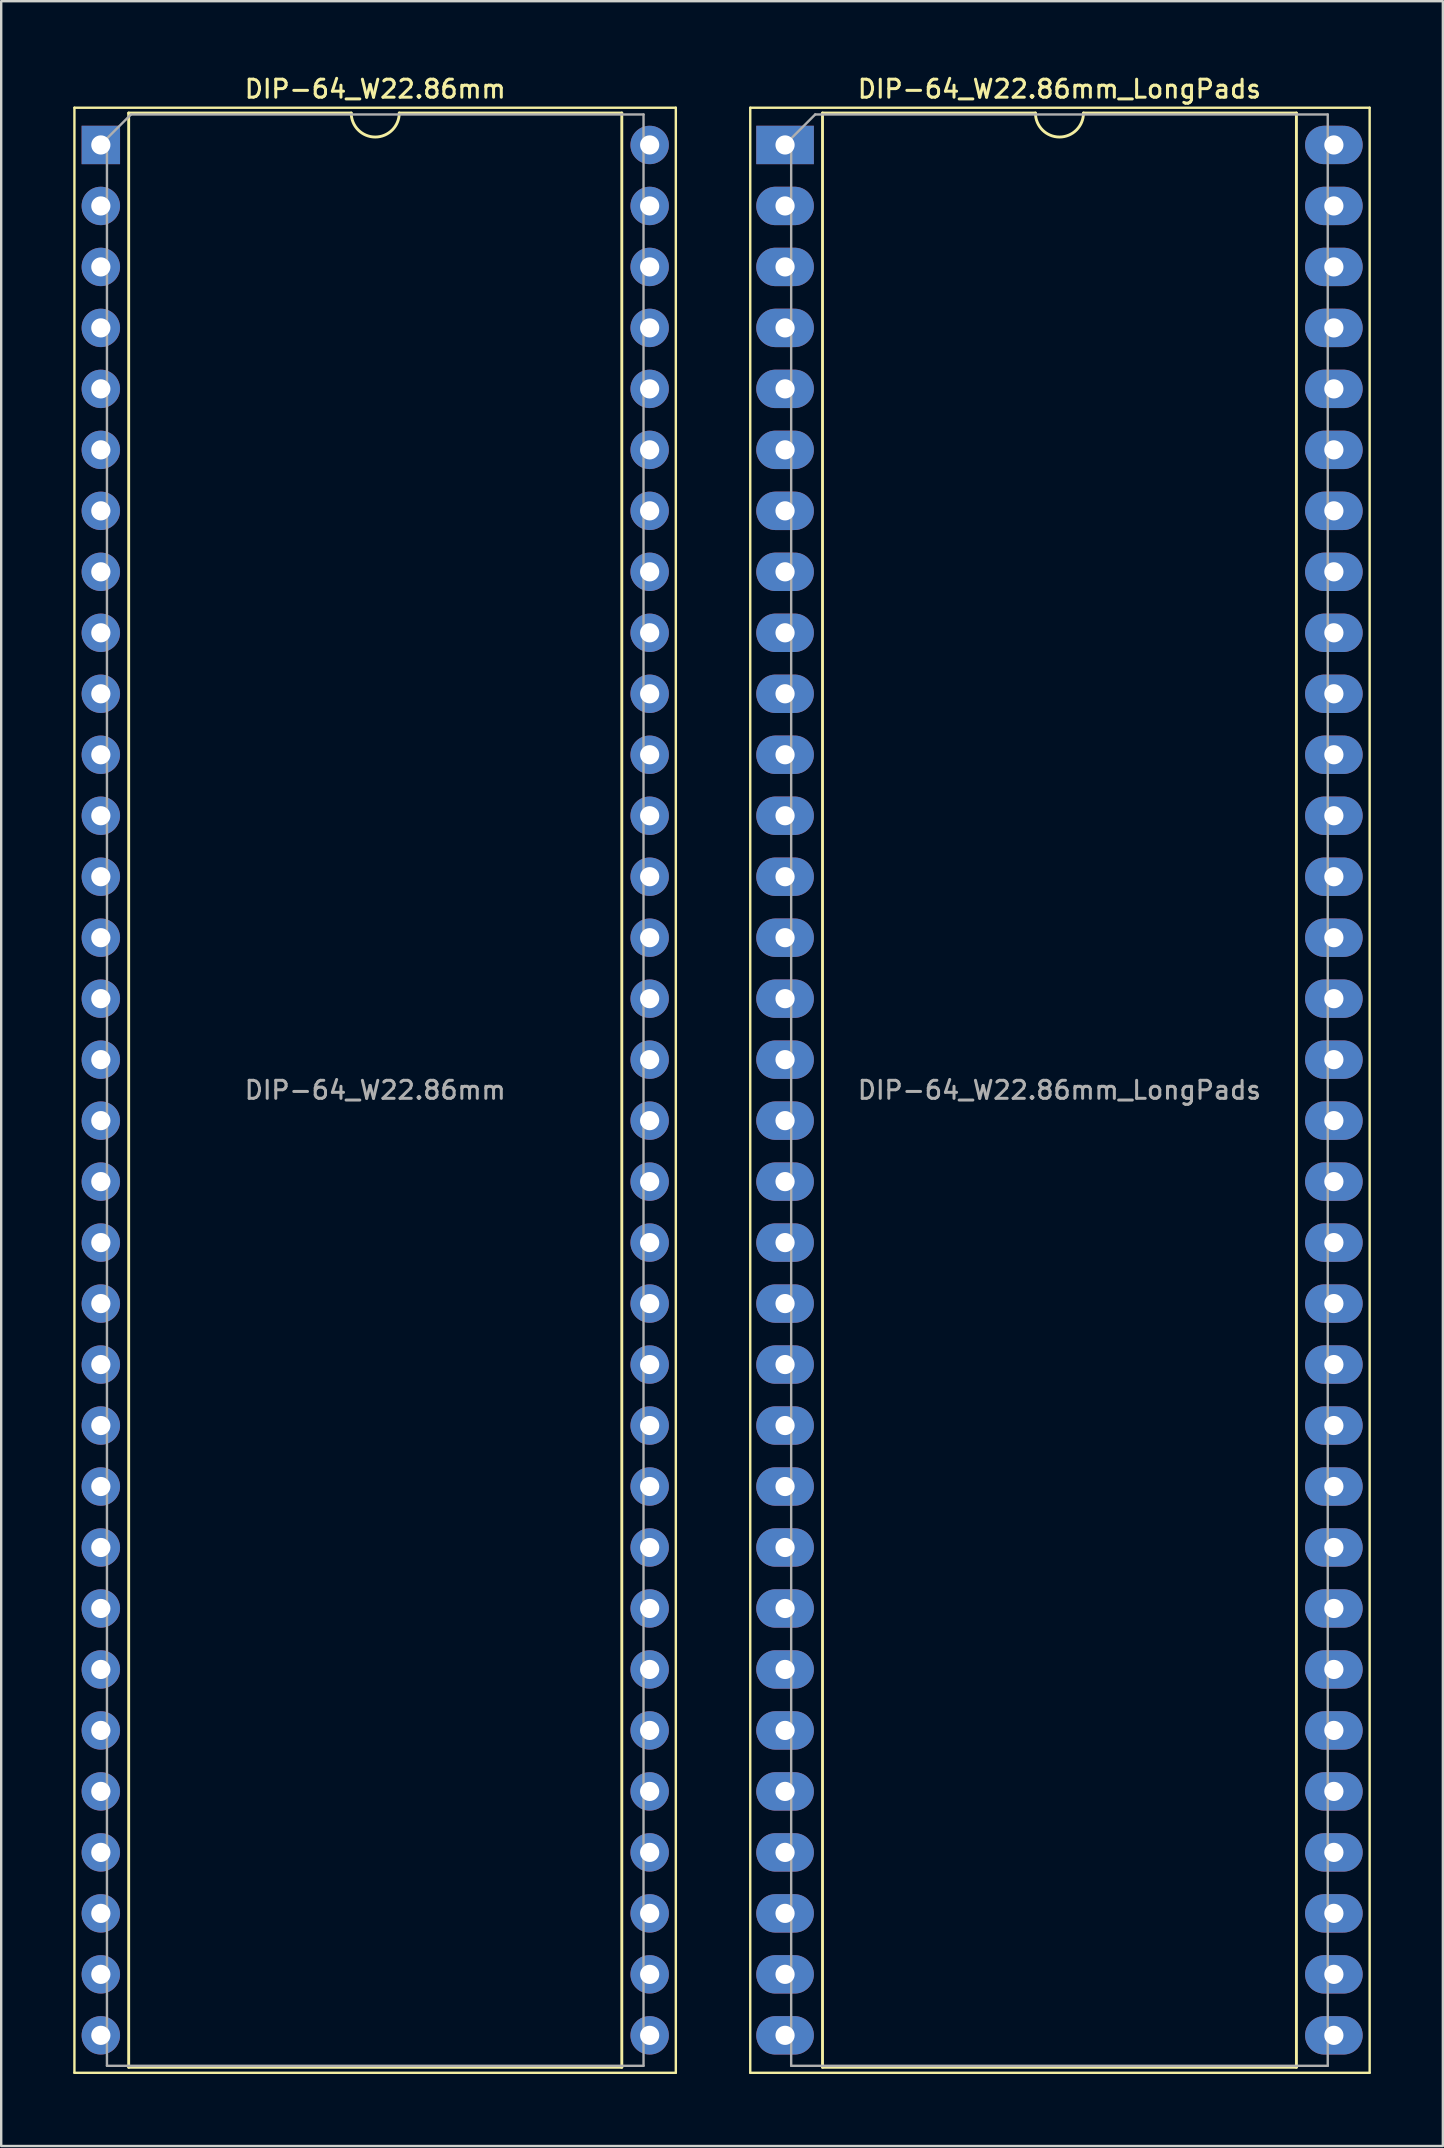
<source format=kicad_pcb>
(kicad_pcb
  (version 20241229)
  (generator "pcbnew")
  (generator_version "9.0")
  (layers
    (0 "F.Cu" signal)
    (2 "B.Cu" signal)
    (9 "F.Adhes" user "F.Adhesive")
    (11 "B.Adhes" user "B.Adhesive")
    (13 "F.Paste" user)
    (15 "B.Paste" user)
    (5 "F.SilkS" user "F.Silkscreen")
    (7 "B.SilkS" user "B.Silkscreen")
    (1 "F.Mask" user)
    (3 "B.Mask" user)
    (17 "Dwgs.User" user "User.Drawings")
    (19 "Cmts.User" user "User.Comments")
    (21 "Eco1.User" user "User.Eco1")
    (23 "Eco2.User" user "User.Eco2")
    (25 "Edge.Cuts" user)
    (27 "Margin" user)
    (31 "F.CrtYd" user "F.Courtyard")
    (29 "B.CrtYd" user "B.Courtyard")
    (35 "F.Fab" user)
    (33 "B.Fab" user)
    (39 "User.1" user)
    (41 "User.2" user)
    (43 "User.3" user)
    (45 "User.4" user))
  (footprint "DIP-64_W22.86mm"
    (layer "F.Cu")
    (at 1.15 2.988)
    (property "Reference" "DIP-64_W22.86mm" (at 11.43 -2.33 0) (layer "F.SilkS") (effects (font (size 0.75 0.75) (thickness 0.125))))
    (attr through_hole)
    (fp_line (start -1.1 -1.55) (end -1.1 80.3) (stroke (width 0.1) (type solid)) (layer "F.SilkS"))
    (fp_line (start -1.1 80.3) (end 23.95 80.3) (stroke (width 0.1) (type solid)) (layer "F.SilkS"))
    (fp_line (start 1.16 -1.33) (end 1.16 80.07) (stroke (width 0.12) (type solid)) (layer "F.SilkS"))
    (fp_line (start 1.16 80.07) (end 21.7 80.07) (stroke (width 0.12) (type solid)) (layer "F.SilkS"))
    (fp_line (start 10.43 -1.33) (end 1.16 -1.33) (stroke (width 0.12) (type solid)) (layer "F.SilkS"))
    (fp_line (start 21.7 -1.33) (end 12.43 -1.33) (stroke (width 0.12) (type solid)) (layer "F.SilkS"))
    (fp_line (start 21.7 80.07) (end 21.7 -1.33) (stroke (width 0.12) (type solid)) (layer "F.SilkS"))
    (fp_line (start 23.95 -1.55) (end -1.1 -1.55) (stroke (width 0.1) (type solid)) (layer "F.SilkS"))
    (fp_line (start 23.95 80.3) (end 23.95 -1.55) (stroke (width 0.1) (type solid)) (layer "F.SilkS"))
    (fp_arc (start 12.43 -1.33) (mid 11.43 -0.33) (end 10.43 -1.33) (stroke (width 0.12) (type solid)) (layer "F.SilkS"))
    (fp_line (start 0.255 -0.27) (end 1.255 -1.27) (stroke (width 0.1) (type solid)) (layer "F.Fab"))
    (fp_line (start 0.255 80.01) (end 0.255 -0.27) (stroke (width 0.1) (type solid)) (layer "F.Fab"))
    (fp_line (start 1.255 -1.27) (end 22.605 -1.27) (stroke (width 0.1) (type solid)) (layer "F.Fab"))
    (fp_line (start 22.605 -1.27) (end 22.605 80.01) (stroke (width 0.1) (type solid)) (layer "F.Fab"))
    (fp_line (start 22.605 80.01) (end 0.255 80.01) (stroke (width 0.1) (type solid)) (layer "F.Fab"))
    (fp_text user "${REFERENCE}" (at 11.43 39.37 0) (layer "F.Fab") (effects (font (size 0.75 0.75) (thickness 0.125))))
    (pad "1" thru_hole rect (at 0 0) (size 1.6 1.6) (drill 0.8) (layers "*.Cu" "*.Mask"))
    (pad "2" thru_hole oval (at 0 2.54) (size 1.6 1.6) (drill 0.8) (layers "*.Cu" "*.Mask"))
    (pad "3" thru_hole oval (at 0 5.08) (size 1.6 1.6) (drill 0.8) (layers "*.Cu" "*.Mask"))
    (pad "4" thru_hole oval (at 0 7.62) (size 1.6 1.6) (drill 0.8) (layers "*.Cu" "*.Mask"))
    (pad "5" thru_hole oval (at 0 10.16) (size 1.6 1.6) (drill 0.8) (layers "*.Cu" "*.Mask"))
    (pad "6" thru_hole oval (at 0 12.7) (size 1.6 1.6) (drill 0.8) (layers "*.Cu" "*.Mask"))
    (pad "7" thru_hole oval (at 0 15.24) (size 1.6 1.6) (drill 0.8) (layers "*.Cu" "*.Mask"))
    (pad "8" thru_hole oval (at 0 17.78) (size 1.6 1.6) (drill 0.8) (layers "*.Cu" "*.Mask"))
    (pad "9" thru_hole oval (at 0 20.32) (size 1.6 1.6) (drill 0.8) (layers "*.Cu" "*.Mask"))
    (pad "10" thru_hole oval (at 0 22.86) (size 1.6 1.6) (drill 0.8) (layers "*.Cu" "*.Mask"))
    (pad "11" thru_hole oval (at 0 25.4) (size 1.6 1.6) (drill 0.8) (layers "*.Cu" "*.Mask"))
    (pad "12" thru_hole oval (at 0 27.94) (size 1.6 1.6) (drill 0.8) (layers "*.Cu" "*.Mask"))
    (pad "13" thru_hole oval (at 0 30.48) (size 1.6 1.6) (drill 0.8) (layers "*.Cu" "*.Mask"))
    (pad "14" thru_hole oval (at 0 33.02) (size 1.6 1.6) (drill 0.8) (layers "*.Cu" "*.Mask"))
    (pad "15" thru_hole oval (at 0 35.56) (size 1.6 1.6) (drill 0.8) (layers "*.Cu" "*.Mask"))
    (pad "16" thru_hole oval (at 0 38.1) (size 1.6 1.6) (drill 0.8) (layers "*.Cu" "*.Mask"))
    (pad "17" thru_hole oval (at 0 40.64) (size 1.6 1.6) (drill 0.8) (layers "*.Cu" "*.Mask"))
    (pad "18" thru_hole oval (at 0 43.18) (size 1.6 1.6) (drill 0.8) (layers "*.Cu" "*.Mask"))
    (pad "19" thru_hole oval (at 0 45.72) (size 1.6 1.6) (drill 0.8) (layers "*.Cu" "*.Mask"))
    (pad "20" thru_hole oval (at 0 48.26) (size 1.6 1.6) (drill 0.8) (layers "*.Cu" "*.Mask"))
    (pad "21" thru_hole oval (at 0 50.8) (size 1.6 1.6) (drill 0.8) (layers "*.Cu" "*.Mask"))
    (pad "22" thru_hole oval (at 0 53.34) (size 1.6 1.6) (drill 0.8) (layers "*.Cu" "*.Mask"))
    (pad "23" thru_hole oval (at 0 55.88) (size 1.6 1.6) (drill 0.8) (layers "*.Cu" "*.Mask"))
    (pad "24" thru_hole oval (at 0 58.42) (size 1.6 1.6) (drill 0.8) (layers "*.Cu" "*.Mask"))
    (pad "25" thru_hole oval (at 0 60.96) (size 1.6 1.6) (drill 0.8) (layers "*.Cu" "*.Mask"))
    (pad "26" thru_hole oval (at 0 63.5) (size 1.6 1.6) (drill 0.8) (layers "*.Cu" "*.Mask"))
    (pad "27" thru_hole oval (at 0 66.04) (size 1.6 1.6) (drill 0.8) (layers "*.Cu" "*.Mask"))
    (pad "28" thru_hole oval (at 0 68.58) (size 1.6 1.6) (drill 0.8) (layers "*.Cu" "*.Mask"))
    (pad "29" thru_hole oval (at 0 71.12) (size 1.6 1.6) (drill 0.8) (layers "*.Cu" "*.Mask"))
    (pad "30" thru_hole oval (at 0 73.66) (size 1.6 1.6) (drill 0.8) (layers "*.Cu" "*.Mask"))
    (pad "31" thru_hole oval (at 0 76.2) (size 1.6 1.6) (drill 0.8) (layers "*.Cu" "*.Mask"))
    (pad "32" thru_hole oval (at 0 78.74) (size 1.6 1.6) (drill 0.8) (layers "*.Cu" "*.Mask"))
    (pad "33" thru_hole oval (at 22.86 78.74) (size 1.6 1.6) (drill 0.8) (layers "*.Cu" "*.Mask"))
    (pad "34" thru_hole oval (at 22.86 76.2) (size 1.6 1.6) (drill 0.8) (layers "*.Cu" "*.Mask"))
    (pad "35" thru_hole oval (at 22.86 73.66) (size 1.6 1.6) (drill 0.8) (layers "*.Cu" "*.Mask"))
    (pad "36" thru_hole oval (at 22.86 71.12) (size 1.6 1.6) (drill 0.8) (layers "*.Cu" "*.Mask"))
    (pad "37" thru_hole oval (at 22.86 68.58) (size 1.6 1.6) (drill 0.8) (layers "*.Cu" "*.Mask"))
    (pad "38" thru_hole oval (at 22.86 66.04) (size 1.6 1.6) (drill 0.8) (layers "*.Cu" "*.Mask"))
    (pad "39" thru_hole oval (at 22.86 63.5) (size 1.6 1.6) (drill 0.8) (layers "*.Cu" "*.Mask"))
    (pad "40" thru_hole oval (at 22.86 60.96) (size 1.6 1.6) (drill 0.8) (layers "*.Cu" "*.Mask"))
    (pad "41" thru_hole oval (at 22.86 58.42) (size 1.6 1.6) (drill 0.8) (layers "*.Cu" "*.Mask"))
    (pad "42" thru_hole oval (at 22.86 55.88) (size 1.6 1.6) (drill 0.8) (layers "*.Cu" "*.Mask"))
    (pad "43" thru_hole oval (at 22.86 53.34) (size 1.6 1.6) (drill 0.8) (layers "*.Cu" "*.Mask"))
    (pad "44" thru_hole oval (at 22.86 50.8) (size 1.6 1.6) (drill 0.8) (layers "*.Cu" "*.Mask"))
    (pad "45" thru_hole oval (at 22.86 48.26) (size 1.6 1.6) (drill 0.8) (layers "*.Cu" "*.Mask"))
    (pad "46" thru_hole oval (at 22.86 45.72) (size 1.6 1.6) (drill 0.8) (layers "*.Cu" "*.Mask"))
    (pad "47" thru_hole oval (at 22.86 43.18) (size 1.6 1.6) (drill 0.8) (layers "*.Cu" "*.Mask"))
    (pad "48" thru_hole oval (at 22.86 40.64) (size 1.6 1.6) (drill 0.8) (layers "*.Cu" "*.Mask"))
    (pad "49" thru_hole oval (at 22.86 38.1) (size 1.6 1.6) (drill 0.8) (layers "*.Cu" "*.Mask"))
    (pad "50" thru_hole oval (at 22.86 35.56) (size 1.6 1.6) (drill 0.8) (layers "*.Cu" "*.Mask"))
    (pad "51" thru_hole oval (at 22.86 33.02) (size 1.6 1.6) (drill 0.8) (layers "*.Cu" "*.Mask"))
    (pad "52" thru_hole oval (at 22.86 30.48) (size 1.6 1.6) (drill 0.8) (layers "*.Cu" "*.Mask"))
    (pad "53" thru_hole oval (at 22.86 27.94) (size 1.6 1.6) (drill 0.8) (layers "*.Cu" "*.Mask"))
    (pad "54" thru_hole oval (at 22.86 25.4) (size 1.6 1.6) (drill 0.8) (layers "*.Cu" "*.Mask"))
    (pad "55" thru_hole oval (at 22.86 22.86) (size 1.6 1.6) (drill 0.8) (layers "*.Cu" "*.Mask"))
    (pad "56" thru_hole oval (at 22.86 20.32) (size 1.6 1.6) (drill 0.8) (layers "*.Cu" "*.Mask"))
    (pad "57" thru_hole oval (at 22.86 17.78) (size 1.6 1.6) (drill 0.8) (layers "*.Cu" "*.Mask"))
    (pad "58" thru_hole oval (at 22.86 15.24) (size 1.6 1.6) (drill 0.8) (layers "*.Cu" "*.Mask"))
    (pad "59" thru_hole oval (at 22.86 12.7) (size 1.6 1.6) (drill 0.8) (layers "*.Cu" "*.Mask"))
    (pad "60" thru_hole oval (at 22.86 10.16) (size 1.6 1.6) (drill 0.8) (layers "*.Cu" "*.Mask"))
    (pad "61" thru_hole oval (at 22.86 7.62) (size 1.6 1.6) (drill 0.8) (layers "*.Cu" "*.Mask"))
    (pad "62" thru_hole oval (at 22.86 5.08) (size 1.6 1.6) (drill 0.8) (layers "*.Cu" "*.Mask"))
    (pad "63" thru_hole oval (at 22.86 2.54) (size 1.6 1.6) (drill 0.8) (layers "*.Cu" "*.Mask"))
    (pad "64" thru_hole oval (at 22.86 0) (size 1.6 1.6) (drill 0.8) (layers "*.Cu" "*.Mask")))
  (footprint "DIP-64_W22.86mm_LongPads"
    (layer "F.Cu")
    (at 29.65 2.988)
    (property "Reference" "DIP-64_W22.86mm_LongPads" (at 11.43 -2.33 0) (layer "F.SilkS") (effects (font (size 0.75 0.75) (thickness 0.125))))
    (attr through_hole)
    (fp_line (start -1.45 -1.55) (end -1.45 80.3) (stroke (width 0.1) (type solid)) (layer "F.SilkS"))
    (fp_line (start -1.45 80.3) (end 24.35 80.3) (stroke (width 0.1) (type solid)) (layer "F.SilkS"))
    (fp_line (start 1.56 -1.33) (end 1.56 80.07) (stroke (width 0.12) (type solid)) (layer "F.SilkS"))
    (fp_line (start 1.56 80.07) (end 21.3 80.07) (stroke (width 0.12) (type solid)) (layer "F.SilkS"))
    (fp_line (start 10.43 -1.33) (end 1.56 -1.33) (stroke (width 0.12) (type solid)) (layer "F.SilkS"))
    (fp_line (start 21.3 -1.33) (end 12.43 -1.33) (stroke (width 0.12) (type solid)) (layer "F.SilkS"))
    (fp_line (start 21.3 80.07) (end 21.3 -1.33) (stroke (width 0.12) (type solid)) (layer "F.SilkS"))
    (fp_line (start 24.35 -1.55) (end -1.45 -1.55) (stroke (width 0.1) (type solid)) (layer "F.SilkS"))
    (fp_line (start 24.35 80.3) (end 24.35 -1.55) (stroke (width 0.1) (type solid)) (layer "F.SilkS"))
    (fp_arc (start 12.43 -1.33) (mid 11.43 -0.33) (end 10.43 -1.33) (stroke (width 0.12) (type solid)) (layer "F.SilkS"))
    (fp_line (start 0.255 -0.27) (end 1.255 -1.27) (stroke (width 0.1) (type solid)) (layer "F.Fab"))
    (fp_line (start 0.255 80.01) (end 0.255 -0.27) (stroke (width 0.1) (type solid)) (layer "F.Fab"))
    (fp_line (start 1.255 -1.27) (end 22.605 -1.27) (stroke (width 0.1) (type solid)) (layer "F.Fab"))
    (fp_line (start 22.605 -1.27) (end 22.605 80.01) (stroke (width 0.1) (type solid)) (layer "F.Fab"))
    (fp_line (start 22.605 80.01) (end 0.255 80.01) (stroke (width 0.1) (type solid)) (layer "F.Fab"))
    (fp_text user "${REFERENCE}" (at 11.43 39.37 0) (layer "F.Fab") (effects (font (size 0.75 0.75) (thickness 0.125))))
    (pad "1" thru_hole rect (at 0 0) (size 2.4 1.6) (drill 0.8) (layers "*.Cu" "*.Mask"))
    (pad "2" thru_hole oval (at 0 2.54) (size 2.4 1.6) (drill 0.8) (layers "*.Cu" "*.Mask"))
    (pad "3" thru_hole oval (at 0 5.08) (size 2.4 1.6) (drill 0.8) (layers "*.Cu" "*.Mask"))
    (pad "4" thru_hole oval (at 0 7.62) (size 2.4 1.6) (drill 0.8) (layers "*.Cu" "*.Mask"))
    (pad "5" thru_hole oval (at 0 10.16) (size 2.4 1.6) (drill 0.8) (layers "*.Cu" "*.Mask"))
    (pad "6" thru_hole oval (at 0 12.7) (size 2.4 1.6) (drill 0.8) (layers "*.Cu" "*.Mask"))
    (pad "7" thru_hole oval (at 0 15.24) (size 2.4 1.6) (drill 0.8) (layers "*.Cu" "*.Mask"))
    (pad "8" thru_hole oval (at 0 17.78) (size 2.4 1.6) (drill 0.8) (layers "*.Cu" "*.Mask"))
    (pad "9" thru_hole oval (at 0 20.32) (size 2.4 1.6) (drill 0.8) (layers "*.Cu" "*.Mask"))
    (pad "10" thru_hole oval (at 0 22.86) (size 2.4 1.6) (drill 0.8) (layers "*.Cu" "*.Mask"))
    (pad "11" thru_hole oval (at 0 25.4) (size 2.4 1.6) (drill 0.8) (layers "*.Cu" "*.Mask"))
    (pad "12" thru_hole oval (at 0 27.94) (size 2.4 1.6) (drill 0.8) (layers "*.Cu" "*.Mask"))
    (pad "13" thru_hole oval (at 0 30.48) (size 2.4 1.6) (drill 0.8) (layers "*.Cu" "*.Mask"))
    (pad "14" thru_hole oval (at 0 33.02) (size 2.4 1.6) (drill 0.8) (layers "*.Cu" "*.Mask"))
    (pad "15" thru_hole oval (at 0 35.56) (size 2.4 1.6) (drill 0.8) (layers "*.Cu" "*.Mask"))
    (pad "16" thru_hole oval (at 0 38.1) (size 2.4 1.6) (drill 0.8) (layers "*.Cu" "*.Mask"))
    (pad "17" thru_hole oval (at 0 40.64) (size 2.4 1.6) (drill 0.8) (layers "*.Cu" "*.Mask"))
    (pad "18" thru_hole oval (at 0 43.18) (size 2.4 1.6) (drill 0.8) (layers "*.Cu" "*.Mask"))
    (pad "19" thru_hole oval (at 0 45.72) (size 2.4 1.6) (drill 0.8) (layers "*.Cu" "*.Mask"))
    (pad "20" thru_hole oval (at 0 48.26) (size 2.4 1.6) (drill 0.8) (layers "*.Cu" "*.Mask"))
    (pad "21" thru_hole oval (at 0 50.8) (size 2.4 1.6) (drill 0.8) (layers "*.Cu" "*.Mask"))
    (pad "22" thru_hole oval (at 0 53.34) (size 2.4 1.6) (drill 0.8) (layers "*.Cu" "*.Mask"))
    (pad "23" thru_hole oval (at 0 55.88) (size 2.4 1.6) (drill 0.8) (layers "*.Cu" "*.Mask"))
    (pad "24" thru_hole oval (at 0 58.42) (size 2.4 1.6) (drill 0.8) (layers "*.Cu" "*.Mask"))
    (pad "25" thru_hole oval (at 0 60.96) (size 2.4 1.6) (drill 0.8) (layers "*.Cu" "*.Mask"))
    (pad "26" thru_hole oval (at 0 63.5) (size 2.4 1.6) (drill 0.8) (layers "*.Cu" "*.Mask"))
    (pad "27" thru_hole oval (at 0 66.04) (size 2.4 1.6) (drill 0.8) (layers "*.Cu" "*.Mask"))
    (pad "28" thru_hole oval (at 0 68.58) (size 2.4 1.6) (drill 0.8) (layers "*.Cu" "*.Mask"))
    (pad "29" thru_hole oval (at 0 71.12) (size 2.4 1.6) (drill 0.8) (layers "*.Cu" "*.Mask"))
    (pad "30" thru_hole oval (at 0 73.66) (size 2.4 1.6) (drill 0.8) (layers "*.Cu" "*.Mask"))
    (pad "31" thru_hole oval (at 0 76.2) (size 2.4 1.6) (drill 0.8) (layers "*.Cu" "*.Mask"))
    (pad "32" thru_hole oval (at 0 78.74) (size 2.4 1.6) (drill 0.8) (layers "*.Cu" "*.Mask"))
    (pad "33" thru_hole oval (at 22.86 78.74) (size 2.4 1.6) (drill 0.8) (layers "*.Cu" "*.Mask"))
    (pad "34" thru_hole oval (at 22.86 76.2) (size 2.4 1.6) (drill 0.8) (layers "*.Cu" "*.Mask"))
    (pad "35" thru_hole oval (at 22.86 73.66) (size 2.4 1.6) (drill 0.8) (layers "*.Cu" "*.Mask"))
    (pad "36" thru_hole oval (at 22.86 71.12) (size 2.4 1.6) (drill 0.8) (layers "*.Cu" "*.Mask"))
    (pad "37" thru_hole oval (at 22.86 68.58) (size 2.4 1.6) (drill 0.8) (layers "*.Cu" "*.Mask"))
    (pad "38" thru_hole oval (at 22.86 66.04) (size 2.4 1.6) (drill 0.8) (layers "*.Cu" "*.Mask"))
    (pad "39" thru_hole oval (at 22.86 63.5) (size 2.4 1.6) (drill 0.8) (layers "*.Cu" "*.Mask"))
    (pad "40" thru_hole oval (at 22.86 60.96) (size 2.4 1.6) (drill 0.8) (layers "*.Cu" "*.Mask"))
    (pad "41" thru_hole oval (at 22.86 58.42) (size 2.4 1.6) (drill 0.8) (layers "*.Cu" "*.Mask"))
    (pad "42" thru_hole oval (at 22.86 55.88) (size 2.4 1.6) (drill 0.8) (layers "*.Cu" "*.Mask"))
    (pad "43" thru_hole oval (at 22.86 53.34) (size 2.4 1.6) (drill 0.8) (layers "*.Cu" "*.Mask"))
    (pad "44" thru_hole oval (at 22.86 50.8) (size 2.4 1.6) (drill 0.8) (layers "*.Cu" "*.Mask"))
    (pad "45" thru_hole oval (at 22.86 48.26) (size 2.4 1.6) (drill 0.8) (layers "*.Cu" "*.Mask"))
    (pad "46" thru_hole oval (at 22.86 45.72) (size 2.4 1.6) (drill 0.8) (layers "*.Cu" "*.Mask"))
    (pad "47" thru_hole oval (at 22.86 43.18) (size 2.4 1.6) (drill 0.8) (layers "*.Cu" "*.Mask"))
    (pad "48" thru_hole oval (at 22.86 40.64) (size 2.4 1.6) (drill 0.8) (layers "*.Cu" "*.Mask"))
    (pad "49" thru_hole oval (at 22.86 38.1) (size 2.4 1.6) (drill 0.8) (layers "*.Cu" "*.Mask"))
    (pad "50" thru_hole oval (at 22.86 35.56) (size 2.4 1.6) (drill 0.8) (layers "*.Cu" "*.Mask"))
    (pad "51" thru_hole oval (at 22.86 33.02) (size 2.4 1.6) (drill 0.8) (layers "*.Cu" "*.Mask"))
    (pad "52" thru_hole oval (at 22.86 30.48) (size 2.4 1.6) (drill 0.8) (layers "*.Cu" "*.Mask"))
    (pad "53" thru_hole oval (at 22.86 27.94) (size 2.4 1.6) (drill 0.8) (layers "*.Cu" "*.Mask"))
    (pad "54" thru_hole oval (at 22.86 25.4) (size 2.4 1.6) (drill 0.8) (layers "*.Cu" "*.Mask"))
    (pad "55" thru_hole oval (at 22.86 22.86) (size 2.4 1.6) (drill 0.8) (layers "*.Cu" "*.Mask"))
    (pad "56" thru_hole oval (at 22.86 20.32) (size 2.4 1.6) (drill 0.8) (layers "*.Cu" "*.Mask"))
    (pad "57" thru_hole oval (at 22.86 17.78) (size 2.4 1.6) (drill 0.8) (layers "*.Cu" "*.Mask"))
    (pad "58" thru_hole oval (at 22.86 15.24) (size 2.4 1.6) (drill 0.8) (layers "*.Cu" "*.Mask"))
    (pad "59" thru_hole oval (at 22.86 12.7) (size 2.4 1.6) (drill 0.8) (layers "*.Cu" "*.Mask"))
    (pad "60" thru_hole oval (at 22.86 10.16) (size 2.4 1.6) (drill 0.8) (layers "*.Cu" "*.Mask"))
    (pad "61" thru_hole oval (at 22.86 7.62) (size 2.4 1.6) (drill 0.8) (layers "*.Cu" "*.Mask"))
    (pad "62" thru_hole oval (at 22.86 5.08) (size 2.4 1.6) (drill 0.8) (layers "*.Cu" "*.Mask"))
    (pad "63" thru_hole oval (at 22.86 2.54) (size 2.4 1.6) (drill 0.8) (layers "*.Cu" "*.Mask"))
    (pad "64" thru_hole oval (at 22.86 0) (size 2.4 1.6) (drill 0.8) (layers "*.Cu" "*.Mask")))
  (gr_rect
    (start -3 -3)
    (end 57.05 86.338)
    (stroke (width 0.1) (type default))
    (fill no)
    (layer "Edge.Cuts")))
</source>
